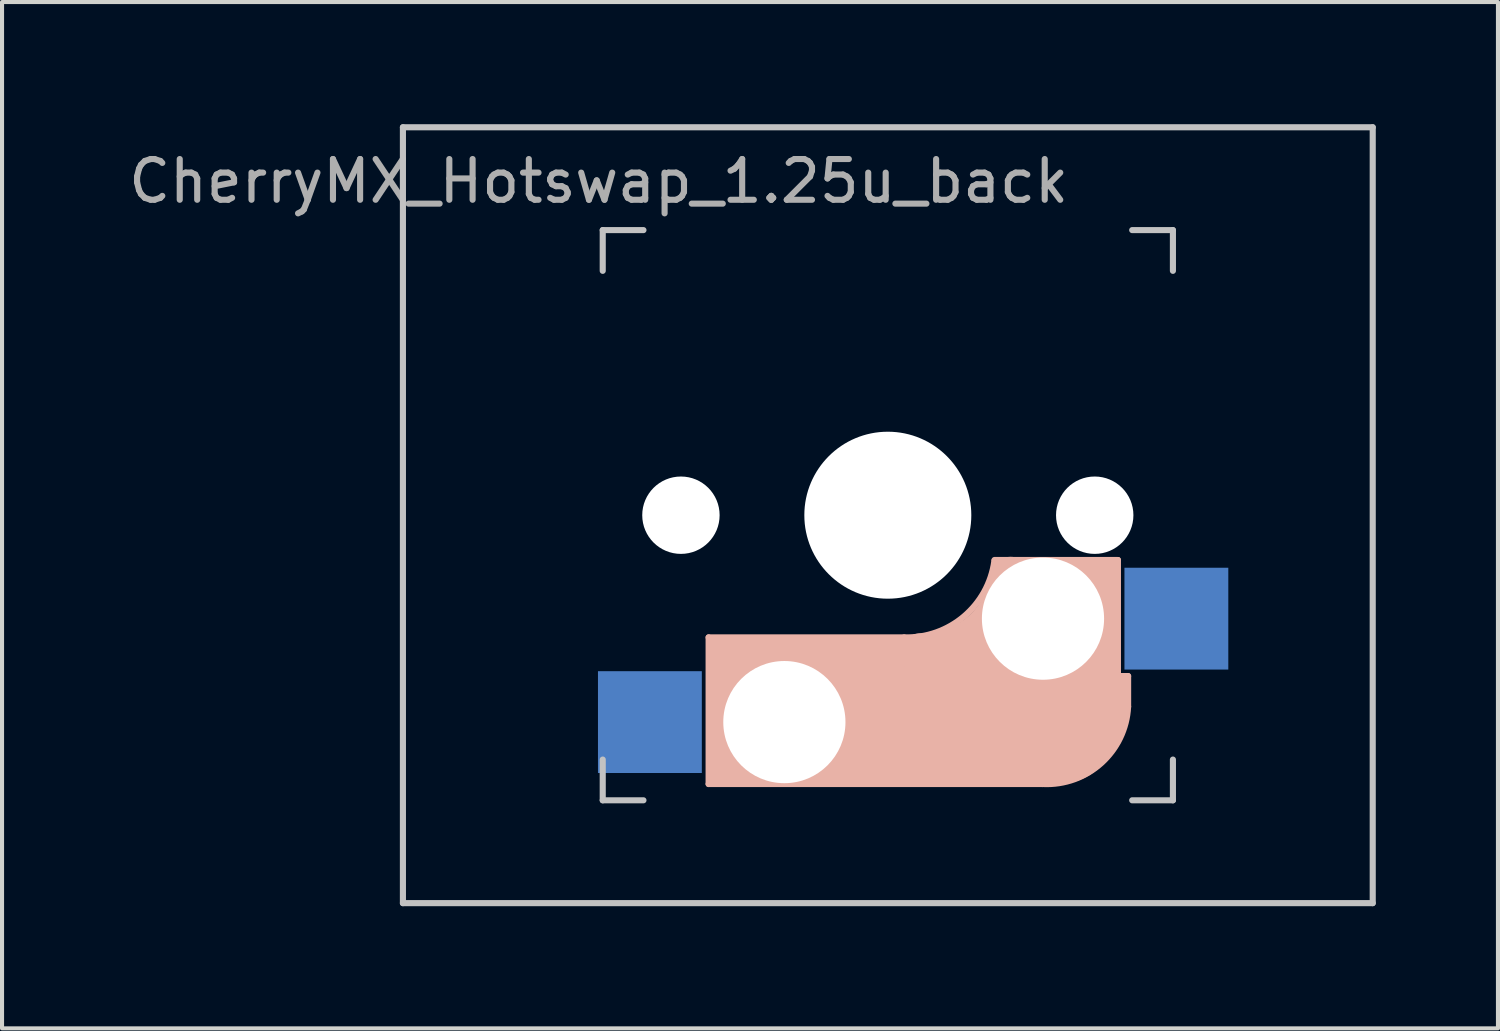
<source format=kicad_pcb>
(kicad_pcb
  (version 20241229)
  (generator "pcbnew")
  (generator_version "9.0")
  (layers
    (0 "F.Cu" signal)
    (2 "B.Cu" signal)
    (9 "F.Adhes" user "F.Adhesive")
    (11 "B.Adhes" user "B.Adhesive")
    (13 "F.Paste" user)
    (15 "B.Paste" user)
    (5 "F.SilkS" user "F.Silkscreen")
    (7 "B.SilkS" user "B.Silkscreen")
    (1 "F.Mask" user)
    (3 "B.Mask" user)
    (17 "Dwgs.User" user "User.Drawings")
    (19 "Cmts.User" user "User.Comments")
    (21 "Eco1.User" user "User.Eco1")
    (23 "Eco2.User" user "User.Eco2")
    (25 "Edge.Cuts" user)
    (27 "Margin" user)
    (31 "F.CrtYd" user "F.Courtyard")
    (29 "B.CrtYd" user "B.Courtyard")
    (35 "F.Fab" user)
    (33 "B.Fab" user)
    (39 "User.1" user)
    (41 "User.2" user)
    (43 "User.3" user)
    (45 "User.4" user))
  (footprint "CherryMX_Hotswap_1.25u_back"
    (layer "F.Cu")
    (at 18.749 8.33)
    (property "Reference" "CherryMX_Hotswap_1.25u_back" (at -7.1 -6.93 180) (layer "F.Fab") (effects (font (size 1 1) (thickness 0.15))))
    (attr through_hole)
    (fp_line (start -4.4 4.27) (end -4.4 7.87) (stroke (width 0.15) (type solid)) (layer "B.SilkS"))
    (fp_line (start -4.4 7.87) (end 3.8 7.87) (stroke (width 0.15) (type solid)) (layer "B.SilkS"))
    (fp_line (start -4.38 5.27) (end -4.38 7.52) (stroke (width 0.15) (type solid)) (layer "B.SilkS"))
    (fp_line (start -4.25 7.67) (end -3 7.67) (stroke (width 0.4) (type solid)) (layer "B.SilkS"))
    (fp_line (start -4.2 4.52) (end -2.9 4.57) (stroke (width 0.5) (type solid)) (layer "B.SilkS"))
    (fp_line (start -3.9 7.27) (end -3.9 4.77) (stroke (width 1) (type solid)) (layer "B.SilkS"))
    (fp_line (start -2.6 6.07) (end 4.1 6.07) (stroke (width 3.5) (type solid)) (layer "B.SilkS"))
    (fp_line (start 0.4 4.27) (end -4.4 4.27) (stroke (width 0.15) (type solid)) (layer "B.SilkS"))
    (fp_line (start 4.17 6.37) (end 4.17 4.13) (stroke (width 3) (type solid)) (layer "B.SilkS"))
    (fp_line (start 5.3 2.87) (end 5.3 4.67) (stroke (width 0.8) (type solid)) (layer "B.SilkS"))
    (fp_line (start 5.45 2.57) (end 3 2.57) (stroke (width 0.5) (type solid)) (layer "B.SilkS"))
    (fp_line (start 5.65 2.37) (end 2.62 2.37) (stroke (width 0.15) (type solid)) (layer "B.SilkS"))
    (fp_line (start 5.65 6.82) (end 5.65 2.37) (stroke (width 0.15) (type solid)) (layer "B.SilkS"))
    (fp_line (start 5.8 5.32) (end 5.8 5.97) (stroke (width 0.3) (type solid)) (layer "B.SilkS"))
    (fp_line (start 5.9 5.22) (end 5.7 5.22) (stroke (width 0.15) (type solid)) (layer "B.SilkS"))
    (fp_line (start 5.9 5.97) (end 5.9 5.22) (stroke (width 0.15) (type solid)) (layer "B.SilkS"))
    (fp_arc (start 2.616318 2.391471) (mid 1.868709 3.756118) (end 0.4 4.27) (stroke (width 0.15) (type solid)) (layer "B.SilkS"))
    (fp_arc (start 3.016318 2.791471) (mid 2.268709 4.156118) (end 0.8 4.67) (stroke (width 1) (type solid)) (layer "B.SilkS"))
    (fp_arc (start 5.9 5.969999) (mid 5.243504 7.354924) (end 3.800001 7.87) (stroke (width 0.15) (type solid)) (layer "B.SilkS"))
    (fp_line (start -11.906 -8.255) (end 11.906 -8.255) (stroke (width 0.15) (type solid)) (layer "Dwgs.User"))
    (fp_line (start -11.906 10.795) (end -11.906 -8.255) (stroke (width 0.15) (type solid)) (layer "Dwgs.User"))
    (fp_line (start -7 -5.73) (end -7 -4.73) (stroke (width 0.15) (type solid)) (layer "Dwgs.User"))
    (fp_line (start -7 8.27) (end -7 7.27) (stroke (width 0.15) (type solid)) (layer "Dwgs.User"))
    (fp_line (start -7 8.27) (end -6 8.27) (stroke (width 0.15) (type solid)) (layer "Dwgs.User"))
    (fp_line (start -6 -5.73) (end -7 -5.73) (stroke (width 0.15) (type solid)) (layer "Dwgs.User"))
    (fp_line (start 7 -5.73) (end 6 -5.73) (stroke (width 0.15) (type solid)) (layer "Dwgs.User"))
    (fp_line (start 7 -4.73) (end 7 -5.73) (stroke (width 0.15) (type solid)) (layer "Dwgs.User"))
    (fp_line (start 7 7.27) (end 7 8.27) (stroke (width 0.15) (type solid)) (layer "Dwgs.User"))
    (fp_line (start 7 8.27) (end 6 8.27) (stroke (width 0.15) (type solid)) (layer "Dwgs.User"))
    (fp_line (start 11.906 -8.255) (end 11.906 10.795) (stroke (width 0.15) (type solid)) (layer "Dwgs.User"))
    (fp_line (start 11.906 10.795) (end -11.906 10.795) (stroke (width 0.15) (type solid)) (layer "Dwgs.User"))
    (pad "" np_thru_hole circle (at -5.08 1.27 180) (size 1.9 1.9) (drill 1.9) (layers "*.Cu" "*.Mask"))
    (pad "" np_thru_hole circle (at -2.54 6.35 180) (size 3 3) (drill 3) (layers "*.Cu" "*.Mask"))
    (pad "" np_thru_hole circle (at 0 1.27 270) (size 4.1 4.1) (drill 4.1) (layers "*.Cu" "*.Mask"))
    (pad "" np_thru_hole circle (at 3.81 3.81 180) (size 3 3) (drill 3) (layers "*.Cu" "*.Mask"))
    (pad "" np_thru_hole circle (at 5.08 1.27 180) (size 1.9 1.9) (drill 1.9) (layers "*.Cu" "*.Mask"))
    (pad "1" smd rect (at 7.085 3.81) (size 2.55 2.5) (layers "B.Cu" "B.Mask" "B.Paste"))
    (pad "2" smd rect (at -5.842 6.35) (size 2.55 2.5) (layers "B.Cu" "B.Mask" "B.Paste")))
  (gr_rect
    (start -3 -3)
    (end 33.73 22.2)
    (stroke (width 0.1) (type default))
    (fill no)
    (layer "Edge.Cuts")))
</source>
